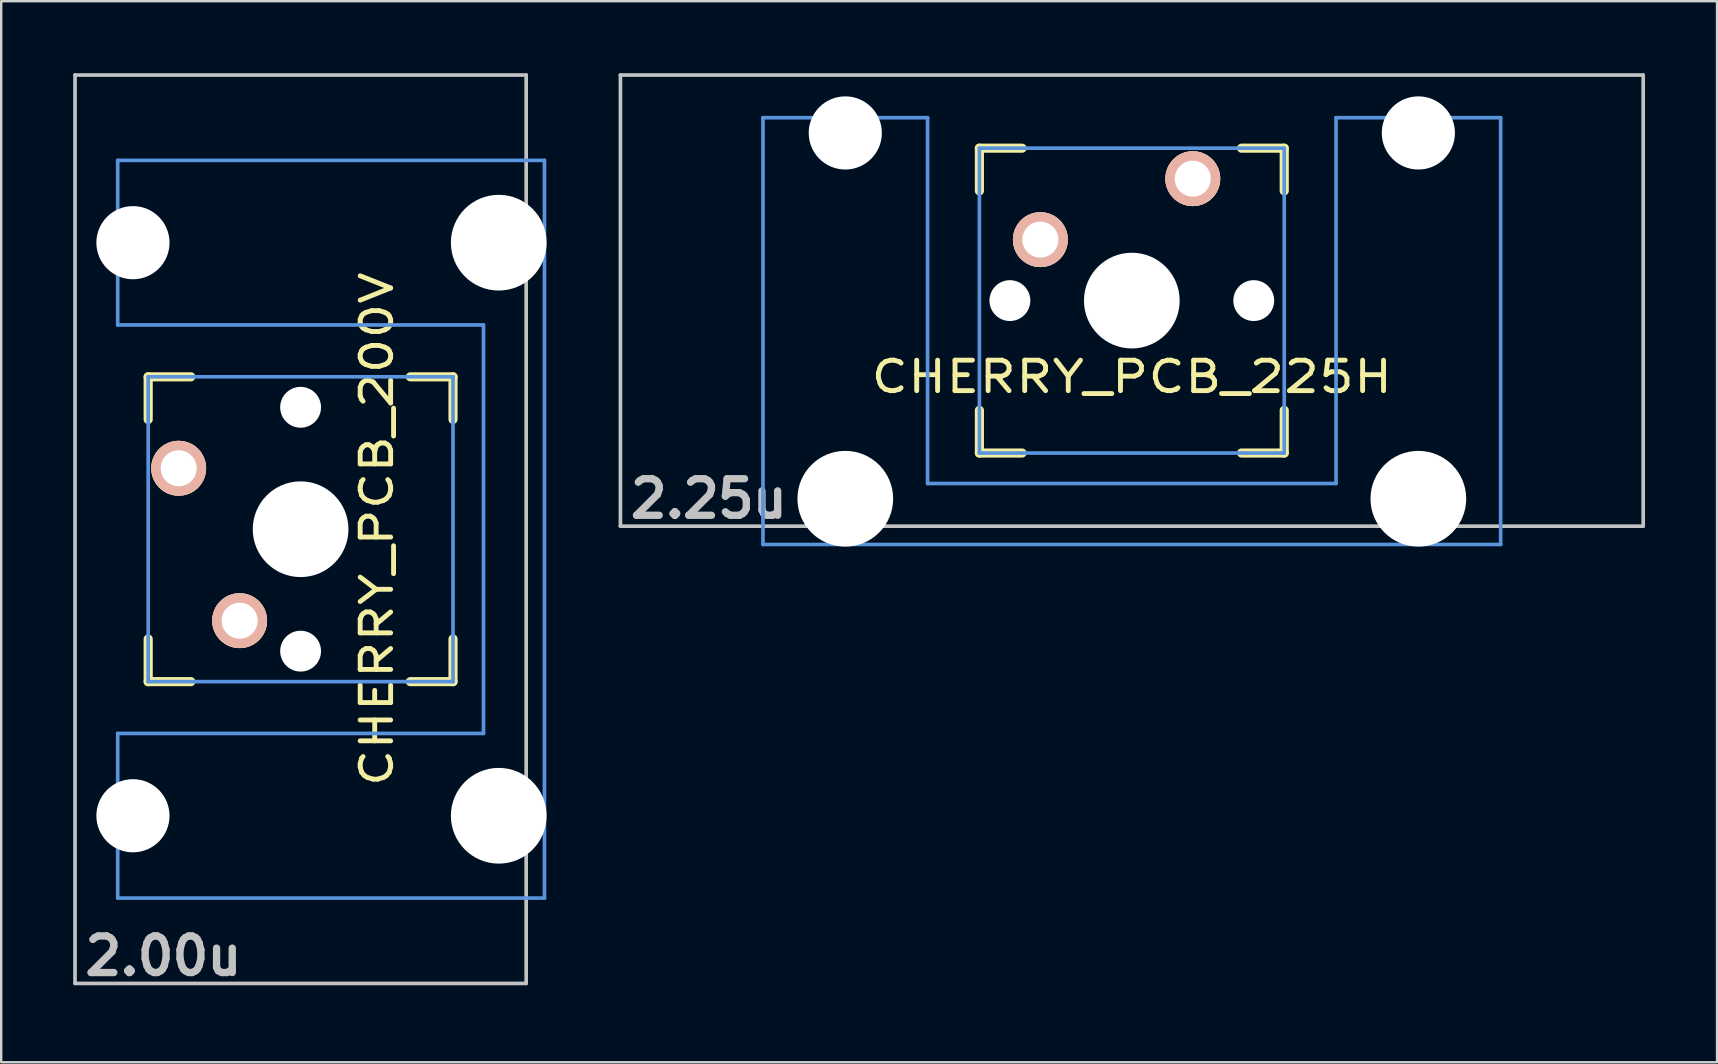
<source format=kicad_pcb>
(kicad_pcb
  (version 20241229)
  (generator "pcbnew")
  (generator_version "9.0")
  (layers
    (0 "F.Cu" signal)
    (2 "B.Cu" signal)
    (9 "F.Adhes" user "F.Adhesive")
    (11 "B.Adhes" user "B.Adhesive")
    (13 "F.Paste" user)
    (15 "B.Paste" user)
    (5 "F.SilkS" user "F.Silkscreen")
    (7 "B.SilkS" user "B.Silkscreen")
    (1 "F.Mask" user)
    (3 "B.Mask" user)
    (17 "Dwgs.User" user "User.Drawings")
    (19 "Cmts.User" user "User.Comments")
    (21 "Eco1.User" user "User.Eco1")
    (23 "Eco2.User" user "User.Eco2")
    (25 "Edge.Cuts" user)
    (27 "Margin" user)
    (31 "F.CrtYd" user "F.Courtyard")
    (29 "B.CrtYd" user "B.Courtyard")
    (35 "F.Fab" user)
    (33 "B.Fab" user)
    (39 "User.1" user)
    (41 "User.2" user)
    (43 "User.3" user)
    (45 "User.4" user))
  (footprint "CHERRY_PCB_200V"
    (layer "F.Cu")
    (at 9.474 18.999)
    (property "Reference" "CHERRY_PCB_200V" (at 3.175 0 90) (layer "F.SilkS") (effects (font (size 1.27 1.524) (thickness 0.203))))
    (attr through_hole)
    (fp_line (start -6.35 -6.35) (end -4.572 -6.35) (stroke (width 0.381) (type solid)) (layer "F.SilkS"))
    (fp_line (start -6.35 -4.572) (end -6.35 -6.35) (stroke (width 0.381) (type solid)) (layer "F.SilkS"))
    (fp_line (start -6.35 6.35) (end -6.35 4.572) (stroke (width 0.381) (type solid)) (layer "F.SilkS"))
    (fp_line (start -4.572 6.35) (end -6.35 6.35) (stroke (width 0.381) (type solid)) (layer "F.SilkS"))
    (fp_line (start 4.572 -6.35) (end 6.35 -6.35) (stroke (width 0.381) (type solid)) (layer "F.SilkS"))
    (fp_line (start 6.35 -6.35) (end 6.35 -4.572) (stroke (width 0.381) (type solid)) (layer "F.SilkS"))
    (fp_line (start 6.35 4.572) (end 6.35 6.35) (stroke (width 0.381) (type solid)) (layer "F.SilkS"))
    (fp_line (start 6.35 6.35) (end 4.572 6.35) (stroke (width 0.381) (type solid)) (layer "F.SilkS"))
    (fp_line (start -9.398 -18.923) (end 9.398 -18.923) (stroke (width 0.152) (type solid)) (layer "Dwgs.User"))
    (fp_line (start -9.398 18.923) (end -9.398 -18.923) (stroke (width 0.152) (type solid)) (layer "Dwgs.User"))
    (fp_line (start 9.398 -18.923) (end 9.398 18.923) (stroke (width 0.152) (type solid)) (layer "Dwgs.User"))
    (fp_line (start 9.398 18.923) (end -9.398 18.923) (stroke (width 0.152) (type solid)) (layer "Dwgs.User"))
    (fp_line (start -7.62 -15.367) (end -7.62 -8.509) (stroke (width 0.152) (type solid)) (layer "Cmts.User"))
    (fp_line (start -7.62 -8.509) (end 7.62 -8.509) (stroke (width 0.152) (type solid)) (layer "Cmts.User"))
    (fp_line (start -7.62 8.509) (end -7.62 15.367) (stroke (width 0.152) (type solid)) (layer "Cmts.User"))
    (fp_line (start -7.62 15.367) (end 10.16 15.367) (stroke (width 0.152) (type solid)) (layer "Cmts.User"))
    (fp_line (start -6.35 -6.35) (end 6.35 -6.35) (stroke (width 0.152) (type solid)) (layer "Cmts.User"))
    (fp_line (start -6.35 6.35) (end -6.35 -6.35) (stroke (width 0.152) (type solid)) (layer "Cmts.User"))
    (fp_line (start 6.35 -6.35) (end 6.35 6.35) (stroke (width 0.152) (type solid)) (layer "Cmts.User"))
    (fp_line (start 6.35 6.35) (end -6.35 6.35) (stroke (width 0.152) (type solid)) (layer "Cmts.User"))
    (fp_line (start 7.62 -8.509) (end 7.62 8.509) (stroke (width 0.152) (type solid)) (layer "Cmts.User"))
    (fp_line (start 7.62 8.509) (end -7.62 8.509) (stroke (width 0.152) (type solid)) (layer "Cmts.User"))
    (fp_line (start 10.16 -15.367) (end -7.62 -15.367) (stroke (width 0.152) (type solid)) (layer "Cmts.User"))
    (fp_line (start 10.16 15.367) (end 10.16 -15.367) (stroke (width 0.152) (type solid)) (layer "Cmts.User"))
    (fp_line (start -6.985 -6.985) (end -4.877 -6.985) (stroke (width 0.152) (type solid)) (layer "Eco2.User"))
    (fp_line (start -6.985 6.985) (end -6.985 -6.985) (stroke (width 0.152) (type solid)) (layer "Eco2.User"))
    (fp_line (start -5.69 -15.265) (end -2.286 -15.265) (stroke (width 0.152) (type solid)) (layer "Eco2.User"))
    (fp_line (start -5.69 -8.611) (end -5.69 -15.265) (stroke (width 0.152) (type solid)) (layer "Eco2.User"))
    (fp_line (start -5.69 8.611) (end -4.877 8.611) (stroke (width 0.152) (type solid)) (layer "Eco2.User"))
    (fp_line (start -5.69 15.265) (end -5.69 8.611) (stroke (width 0.152) (type solid)) (layer "Eco2.User"))
    (fp_line (start -4.877 -8.611) (end -5.69 -8.611) (stroke (width 0.152) (type solid)) (layer "Eco2.User"))
    (fp_line (start -4.877 -6.985) (end -4.877 -8.611) (stroke (width 0.152) (type solid)) (layer "Eco2.User"))
    (fp_line (start -4.877 6.985) (end -6.985 6.985) (stroke (width 0.152) (type solid)) (layer "Eco2.User"))
    (fp_line (start -4.877 8.611) (end -4.877 6.985) (stroke (width 0.152) (type solid)) (layer "Eco2.User"))
    (fp_line (start -2.286 -16.129) (end 0.508 -16.129) (stroke (width 0.152) (type solid)) (layer "Eco2.User"))
    (fp_line (start -2.286 -15.265) (end -2.286 -16.129) (stroke (width 0.152) (type solid)) (layer "Eco2.User"))
    (fp_line (start -2.286 15.265) (end -5.69 15.265) (stroke (width 0.152) (type solid)) (layer "Eco2.User"))
    (fp_line (start -2.286 16.129) (end -2.286 15.265) (stroke (width 0.152) (type solid)) (layer "Eco2.User"))
    (fp_line (start 0.508 -16.129) (end 0.508 -15.265) (stroke (width 0.152) (type solid)) (layer "Eco2.User"))
    (fp_line (start 0.508 -15.265) (end 6.604 -15.265) (stroke (width 0.152) (type solid)) (layer "Eco2.User"))
    (fp_line (start 0.508 15.265) (end 0.508 16.129) (stroke (width 0.152) (type solid)) (layer "Eco2.User"))
    (fp_line (start 0.508 16.129) (end -2.286 16.129) (stroke (width 0.152) (type solid)) (layer "Eco2.User"))
    (fp_line (start 5.817 -8.611) (end 5.817 -6.985) (stroke (width 0.152) (type solid)) (layer "Eco2.User"))
    (fp_line (start 5.817 -6.985) (end 6.985 -6.985) (stroke (width 0.152) (type solid)) (layer "Eco2.User"))
    (fp_line (start 5.817 6.985) (end 5.817 8.611) (stroke (width 0.152) (type solid)) (layer "Eco2.User"))
    (fp_line (start 5.817 8.611) (end 6.604 8.611) (stroke (width 0.152) (type solid)) (layer "Eco2.User"))
    (fp_line (start 6.604 -15.265) (end 6.604 -14.224) (stroke (width 0.152) (type solid)) (layer "Eco2.User"))
    (fp_line (start 6.604 -14.224) (end 7.772 -14.224) (stroke (width 0.152) (type solid)) (layer "Eco2.User"))
    (fp_line (start 6.604 -9.652) (end 6.604 -8.611) (stroke (width 0.152) (type solid)) (layer "Eco2.User"))
    (fp_line (start 6.604 -8.611) (end 5.817 -8.611) (stroke (width 0.152) (type solid)) (layer "Eco2.User"))
    (fp_line (start 6.604 8.611) (end 6.604 9.652) (stroke (width 0.152) (type solid)) (layer "Eco2.User"))
    (fp_line (start 6.604 9.652) (end 7.772 9.652) (stroke (width 0.152) (type solid)) (layer "Eco2.User"))
    (fp_line (start 6.604 14.224) (end 6.604 15.265) (stroke (width 0.152) (type solid)) (layer "Eco2.User"))
    (fp_line (start 6.604 15.265) (end 0.508 15.265) (stroke (width 0.152) (type solid)) (layer "Eco2.User"))
    (fp_line (start 6.985 -6.985) (end 6.985 6.985) (stroke (width 0.152) (type solid)) (layer "Eco2.User"))
    (fp_line (start 6.985 6.985) (end 5.817 6.985) (stroke (width 0.152) (type solid)) (layer "Eco2.User"))
    (fp_line (start 7.772 -14.224) (end 7.772 -9.652) (stroke (width 0.152) (type solid)) (layer "Eco2.User"))
    (fp_line (start 7.772 -9.652) (end 6.604 -9.652) (stroke (width 0.152) (type solid)) (layer "Eco2.User"))
    (fp_line (start 7.772 9.652) (end 7.772 14.224) (stroke (width 0.152) (type solid)) (layer "Eco2.User"))
    (fp_line (start 7.772 14.224) (end 6.604 14.224) (stroke (width 0.152) (type solid)) (layer "Eco2.User"))
    (fp_text user "2.00u" (at -5.715 17.78 0) (layer "Dwgs.User") (effects (font (size 1.524 1.524) (thickness 0.305))))
    (pad "" np_thru_hole circle (at -6.985 -11.938 90) (size 3.048 3.048) (drill 3.048) (layers "*.Cu"))
    (pad "" np_thru_hole circle (at -6.985 11.938 90) (size 3.048 3.048) (drill 3.048) (layers "*.Cu"))
    (pad "" np_thru_hole circle (at 0 -5.08 90) (size 1.702 1.702) (drill 1.702) (layers "*.Cu"))
    (pad "" np_thru_hole circle (at 0 0 90) (size 3.988 3.988) (drill 3.988) (layers "*.Cu"))
    (pad "" np_thru_hole circle (at 0 5.08 90) (size 1.702 1.702) (drill 1.702) (layers "*.Cu"))
    (pad "" np_thru_hole circle (at 8.255 -11.938 90) (size 3.988 3.988) (drill 3.988) (layers "*.Cu"))
    (pad "" np_thru_hole circle (at 8.255 11.938 90) (size 3.988 3.988) (drill 3.988) (layers "*.Cu"))
    (pad "1" thru_hole circle (at -5.08 -2.54 90) (size 2.286 2.286) (drill 1.499) (layers "*.Cu" "*.SilkS" "*.Mask"))
    (pad "2" thru_hole circle (at -2.54 3.81 90) (size 2.286 2.286) (drill 1.499) (layers "*.Cu" "*.SilkS" "*.Mask")))
  (footprint "CHERRY_PCB_225H"
    (layer "F.Cu")
    (at 44.105 9.474)
    (property "Reference" "CHERRY_PCB_225H" (at 0 3.175 0) (layer "F.SilkS") (effects (font (size 1.27 1.524) (thickness 0.203))))
    (attr through_hole)
    (fp_line (start -6.35 -6.35) (end -4.572 -6.35) (stroke (width 0.381) (type solid)) (layer "F.SilkS"))
    (fp_line (start -6.35 -4.572) (end -6.35 -6.35) (stroke (width 0.381) (type solid)) (layer "F.SilkS"))
    (fp_line (start -6.35 6.35) (end -6.35 4.572) (stroke (width 0.381) (type solid)) (layer "F.SilkS"))
    (fp_line (start -4.572 6.35) (end -6.35 6.35) (stroke (width 0.381) (type solid)) (layer "F.SilkS"))
    (fp_line (start 4.572 -6.35) (end 6.35 -6.35) (stroke (width 0.381) (type solid)) (layer "F.SilkS"))
    (fp_line (start 6.35 -6.35) (end 6.35 -4.572) (stroke (width 0.381) (type solid)) (layer "F.SilkS"))
    (fp_line (start 6.35 4.572) (end 6.35 6.35) (stroke (width 0.381) (type solid)) (layer "F.SilkS"))
    (fp_line (start 6.35 6.35) (end 4.572 6.35) (stroke (width 0.381) (type solid)) (layer "F.SilkS"))
    (fp_line (start -21.306 -9.398) (end 21.306 -9.398) (stroke (width 0.152) (type solid)) (layer "Dwgs.User"))
    (fp_line (start -21.306 9.398) (end -21.306 -9.398) (stroke (width 0.152) (type solid)) (layer "Dwgs.User"))
    (fp_line (start 21.306 -9.398) (end 21.306 9.398) (stroke (width 0.152) (type solid)) (layer "Dwgs.User"))
    (fp_line (start 21.306 9.398) (end -21.306 9.398) (stroke (width 0.152) (type solid)) (layer "Dwgs.User"))
    (fp_line (start -15.367 -7.62) (end -15.367 10.16) (stroke (width 0.152) (type solid)) (layer "Cmts.User"))
    (fp_line (start -15.367 10.16) (end 15.367 10.16) (stroke (width 0.152) (type solid)) (layer "Cmts.User"))
    (fp_line (start -8.509 -7.62) (end -15.367 -7.62) (stroke (width 0.152) (type solid)) (layer "Cmts.User"))
    (fp_line (start -8.509 7.62) (end -8.509 -7.62) (stroke (width 0.152) (type solid)) (layer "Cmts.User"))
    (fp_line (start -6.35 -6.35) (end 6.35 -6.35) (stroke (width 0.152) (type solid)) (layer "Cmts.User"))
    (fp_line (start -6.35 6.35) (end -6.35 -6.35) (stroke (width 0.152) (type solid)) (layer "Cmts.User"))
    (fp_line (start 6.35 -6.35) (end 6.35 6.35) (stroke (width 0.152) (type solid)) (layer "Cmts.User"))
    (fp_line (start 6.35 6.35) (end -6.35 6.35) (stroke (width 0.152) (type solid)) (layer "Cmts.User"))
    (fp_line (start 8.509 -7.62) (end 8.509 7.62) (stroke (width 0.152) (type solid)) (layer "Cmts.User"))
    (fp_line (start 8.509 7.62) (end -8.509 7.62) (stroke (width 0.152) (type solid)) (layer "Cmts.User"))
    (fp_line (start 15.367 -7.62) (end 8.509 -7.62) (stroke (width 0.152) (type solid)) (layer "Cmts.User"))
    (fp_line (start 15.367 10.16) (end 15.367 -7.62) (stroke (width 0.152) (type solid)) (layer "Cmts.User"))
    (fp_line (start -16.129 -2.286) (end -15.265 -2.286) (stroke (width 0.152) (type solid)) (layer "Eco2.User"))
    (fp_line (start -16.129 0.508) (end -16.129 -2.286) (stroke (width 0.152) (type solid)) (layer "Eco2.User"))
    (fp_line (start -15.265 -5.69) (end -8.611 -5.69) (stroke (width 0.152) (type solid)) (layer "Eco2.User"))
    (fp_line (start -15.265 -2.286) (end -15.265 -5.69) (stroke (width 0.152) (type solid)) (layer "Eco2.User"))
    (fp_line (start -15.265 0.508) (end -16.129 0.508) (stroke (width 0.152) (type solid)) (layer "Eco2.User"))
    (fp_line (start -15.265 6.604) (end -15.265 0.508) (stroke (width 0.152) (type solid)) (layer "Eco2.User"))
    (fp_line (start -14.224 6.604) (end -15.265 6.604) (stroke (width 0.152) (type solid)) (layer "Eco2.User"))
    (fp_line (start -14.224 7.772) (end -14.224 6.604) (stroke (width 0.152) (type solid)) (layer "Eco2.User"))
    (fp_line (start -9.652 6.604) (end -9.652 7.772) (stroke (width 0.152) (type solid)) (layer "Eco2.User"))
    (fp_line (start -9.652 7.772) (end -14.224 7.772) (stroke (width 0.152) (type solid)) (layer "Eco2.User"))
    (fp_line (start -8.611 -5.69) (end -8.611 -4.877) (stroke (width 0.152) (type solid)) (layer "Eco2.User"))
    (fp_line (start -8.611 -4.877) (end -6.985 -4.877) (stroke (width 0.152) (type solid)) (layer "Eco2.User"))
    (fp_line (start -8.611 5.817) (end -8.611 6.604) (stroke (width 0.152) (type solid)) (layer "Eco2.User"))
    (fp_line (start -8.611 6.604) (end -9.652 6.604) (stroke (width 0.152) (type solid)) (layer "Eco2.User"))
    (fp_line (start -6.985 -6.985) (end 6.985 -6.985) (stroke (width 0.152) (type solid)) (layer "Eco2.User"))
    (fp_line (start -6.985 -4.877) (end -6.985 -6.985) (stroke (width 0.152) (type solid)) (layer "Eco2.User"))
    (fp_line (start -6.985 5.817) (end -8.611 5.817) (stroke (width 0.152) (type solid)) (layer "Eco2.User"))
    (fp_line (start -6.985 6.985) (end -6.985 5.817) (stroke (width 0.152) (type solid)) (layer "Eco2.User"))
    (fp_line (start 6.985 -6.985) (end 6.985 -4.877) (stroke (width 0.152) (type solid)) (layer "Eco2.User"))
    (fp_line (start 6.985 -4.877) (end 8.611 -4.877) (stroke (width 0.152) (type solid)) (layer "Eco2.User"))
    (fp_line (start 6.985 5.817) (end 6.985 6.985) (stroke (width 0.152) (type solid)) (layer "Eco2.User"))
    (fp_line (start 6.985 6.985) (end -6.985 6.985) (stroke (width 0.152) (type solid)) (layer "Eco2.User"))
    (fp_line (start 8.611 -5.69) (end 15.265 -5.69) (stroke (width 0.152) (type solid)) (layer "Eco2.User"))
    (fp_line (start 8.611 -4.877) (end 8.611 -5.69) (stroke (width 0.152) (type solid)) (layer "Eco2.User"))
    (fp_line (start 8.611 5.817) (end 6.985 5.817) (stroke (width 0.152) (type solid)) (layer "Eco2.User"))
    (fp_line (start 8.611 6.604) (end 8.611 5.817) (stroke (width 0.152) (type solid)) (layer "Eco2.User"))
    (fp_line (start 9.652 6.604) (end 8.611 6.604) (stroke (width 0.152) (type solid)) (layer "Eco2.User"))
    (fp_line (start 9.652 7.772) (end 9.652 6.604) (stroke (width 0.152) (type solid)) (layer "Eco2.User"))
    (fp_line (start 14.224 6.604) (end 14.224 7.772) (stroke (width 0.152) (type solid)) (layer "Eco2.User"))
    (fp_line (start 14.224 7.772) (end 9.652 7.772) (stroke (width 0.152) (type solid)) (layer "Eco2.User"))
    (fp_line (start 15.265 -5.69) (end 15.265 -2.286) (stroke (width 0.152) (type solid)) (layer "Eco2.User"))
    (fp_line (start 15.265 -2.286) (end 16.129 -2.286) (stroke (width 0.152) (type solid)) (layer "Eco2.User"))
    (fp_line (start 15.265 0.508) (end 15.265 6.604) (stroke (width 0.152) (type solid)) (layer "Eco2.User"))
    (fp_line (start 15.265 6.604) (end 14.224 6.604) (stroke (width 0.152) (type solid)) (layer "Eco2.User"))
    (fp_line (start 16.129 -2.286) (end 16.129 0.508) (stroke (width 0.152) (type solid)) (layer "Eco2.User"))
    (fp_line (start 16.129 0.508) (end 15.265 0.508) (stroke (width 0.152) (type solid)) (layer "Eco2.User"))
    (fp_text user "2.25u" (at -17.623 8.255 0) (layer "Dwgs.User") (effects (font (size 1.524 1.524) (thickness 0.305))))
    (pad "" np_thru_hole circle (at -11.938 -6.985) (size 3.048 3.048) (drill 3.048) (layers "*.Cu"))
    (pad "" np_thru_hole circle (at -11.938 8.255) (size 3.988 3.988) (drill 3.988) (layers "*.Cu"))
    (pad "" np_thru_hole circle (at -5.08 0) (size 1.702 1.702) (drill 1.702) (layers "*.Cu"))
    (pad "" np_thru_hole circle (at 0 0) (size 3.988 3.988) (drill 3.988) (layers "*.Cu"))
    (pad "" np_thru_hole circle (at 5.08 0) (size 1.702 1.702) (drill 1.702) (layers "*.Cu"))
    (pad "" np_thru_hole circle (at 11.938 -6.985) (size 3.048 3.048) (drill 3.048) (layers "*.Cu"))
    (pad "" np_thru_hole circle (at 11.938 8.255) (size 3.988 3.988) (drill 3.988) (layers "*.Cu"))
    (pad "1" thru_hole circle (at 2.54 -5.08) (size 2.286 2.286) (drill 1.499) (layers "*.Cu" "*.SilkS" "*.Mask"))
    (pad "2" thru_hole circle (at -3.81 -2.54) (size 2.286 2.286) (drill 1.499) (layers "*.Cu" "*.SilkS" "*.Mask")))
  (gr_rect
    (start -3 -3)
    (end 68.487 41.206)
    (stroke (width 0.1) (type default))
    (fill no)
    (layer "Edge.Cuts")))
</source>
